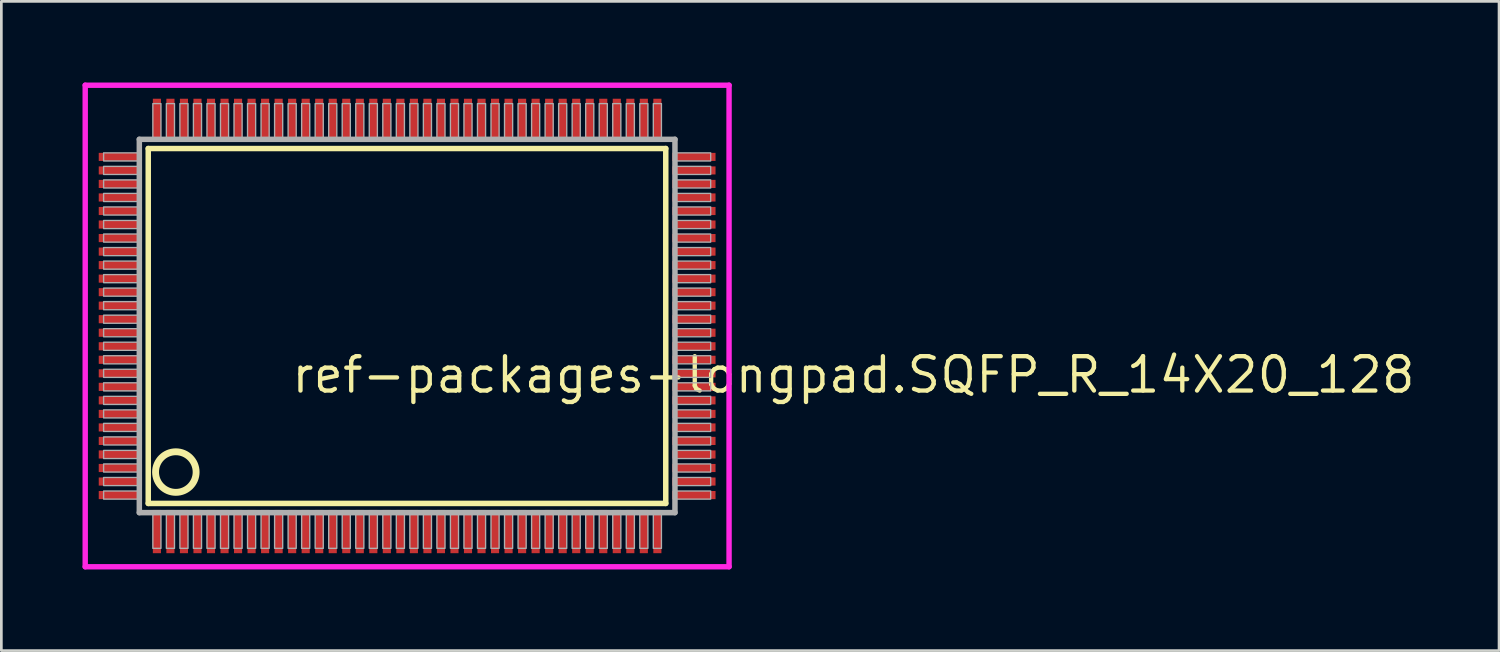
<source format=kicad_pcb>
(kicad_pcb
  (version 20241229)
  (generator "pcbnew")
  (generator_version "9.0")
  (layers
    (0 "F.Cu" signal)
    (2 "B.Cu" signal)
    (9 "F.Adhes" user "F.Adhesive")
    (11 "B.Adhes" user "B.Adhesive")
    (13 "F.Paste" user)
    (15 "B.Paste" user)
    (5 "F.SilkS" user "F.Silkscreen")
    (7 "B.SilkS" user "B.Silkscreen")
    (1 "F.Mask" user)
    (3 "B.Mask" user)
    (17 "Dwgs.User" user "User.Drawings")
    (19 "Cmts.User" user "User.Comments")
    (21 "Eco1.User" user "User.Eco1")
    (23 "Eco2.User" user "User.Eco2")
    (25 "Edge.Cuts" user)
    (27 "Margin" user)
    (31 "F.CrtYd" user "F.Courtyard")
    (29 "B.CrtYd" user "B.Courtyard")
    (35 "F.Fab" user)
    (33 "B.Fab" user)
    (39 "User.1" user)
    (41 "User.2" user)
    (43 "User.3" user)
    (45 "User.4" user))
  (footprint "ref-packages-longpad.SQFP_R_14X20_128"
    (layer "F.Cu")
    (at 12 9)
    (property "Reference" "ref-packages-longpad.SQFP_R_14X20_128" (at -4.35 2.55 0) (layer "F.SilkS") (effects (font (size 1.27 1.27) (thickness 0.16)) (justify left bottom)))
    (attr smd)
    (fp_line (start -9.57 -6.56) (end 9.56 -6.56) (stroke (width 0.203) (type default)) (layer "F.SilkS"))
    (fp_line (start -9.57 6.56) (end -9.57 -6.56) (stroke (width 0.203) (type default)) (layer "F.SilkS"))
    (fp_line (start 9.56 -6.56) (end 9.56 6.56) (stroke (width 0.203) (type default)) (layer "F.SilkS"))
    (fp_line (start 9.56 6.56) (end -9.57 6.56) (stroke (width 0.203) (type default)) (layer "F.SilkS"))
    (fp_circle (center -8.55 5.4) (end -7.8 5.4) (stroke (width 0.254) (type default)) (fill no) (layer "F.SilkS"))
    (fp_line (start -11.9 -8.9) (end 11.9 -8.9) (stroke (width 0.2) (type default)) (layer "F.CrtYd"))
    (fp_line (start -11.9 8.9) (end -11.9 -8.9) (stroke (width 0.2) (type default)) (layer "F.CrtYd"))
    (fp_line (start 11.9 -8.9) (end 11.9 8.9) (stroke (width 0.2) (type default)) (layer "F.CrtYd"))
    (fp_line (start 11.9 8.9) (end -11.9 8.9) (stroke (width 0.2) (type default)) (layer "F.CrtYd"))
    (fp_line (start -9.9 -6.9) (end -9.9 6.9) (stroke (width 0.203) (type default)) (layer "F.Fab"))
    (fp_line (start -9.9 6.9) (end 9.9 6.9) (stroke (width 0.203) (type default)) (layer "F.Fab"))
    (fp_line (start 9.9 -6.9) (end -9.9 -6.9) (stroke (width 0.203) (type default)) (layer "F.Fab"))
    (fp_line (start 9.9 6.9) (end 9.9 -6.9) (stroke (width 0.203) (type default)) (layer "F.Fab"))
    (fp_rect (start -11.22 -6.1) (end -9.95 -6.4) (stroke (width 0.05) (type default)) (fill no) (layer "F.Fab"))
    (fp_rect (start -11.22 -5.6) (end -9.95 -5.9) (stroke (width 0.05) (type default)) (fill no) (layer "F.Fab"))
    (fp_rect (start -11.22 -5.1) (end -9.95 -5.4) (stroke (width 0.05) (type default)) (fill no) (layer "F.Fab"))
    (fp_rect (start -11.22 -4.6) (end -9.95 -4.9) (stroke (width 0.05) (type default)) (fill no) (layer "F.Fab"))
    (fp_rect (start -11.22 -4.1) (end -9.95 -4.4) (stroke (width 0.05) (type default)) (fill no) (layer "F.Fab"))
    (fp_rect (start -11.22 -3.6) (end -9.95 -3.9) (stroke (width 0.05) (type default)) (fill no) (layer "F.Fab"))
    (fp_rect (start -11.22 -3.1) (end -9.95 -3.4) (stroke (width 0.05) (type default)) (fill no) (layer "F.Fab"))
    (fp_rect (start -11.22 -2.6) (end -9.95 -2.9) (stroke (width 0.05) (type default)) (fill no) (layer "F.Fab"))
    (fp_rect (start -11.22 -2.1) (end -9.95 -2.4) (stroke (width 0.05) (type default)) (fill no) (layer "F.Fab"))
    (fp_rect (start -11.22 -1.6) (end -9.95 -1.9) (stroke (width 0.05) (type default)) (fill no) (layer "F.Fab"))
    (fp_rect (start -11.22 -1.1) (end -9.95 -1.4) (stroke (width 0.05) (type default)) (fill no) (layer "F.Fab"))
    (fp_rect (start -11.22 -0.6) (end -9.95 -0.9) (stroke (width 0.05) (type default)) (fill no) (layer "F.Fab"))
    (fp_rect (start -11.22 -0.1) (end -9.95 -0.4) (stroke (width 0.05) (type default)) (fill no) (layer "F.Fab"))
    (fp_rect (start -11.22 0.4) (end -9.95 0.1) (stroke (width 0.05) (type default)) (fill no) (layer "F.Fab"))
    (fp_rect (start -11.22 0.9) (end -9.95 0.6) (stroke (width 0.05) (type default)) (fill no) (layer "F.Fab"))
    (fp_rect (start -11.22 1.4) (end -9.95 1.1) (stroke (width 0.05) (type default)) (fill no) (layer "F.Fab"))
    (fp_rect (start -11.22 1.9) (end -9.95 1.6) (stroke (width 0.05) (type default)) (fill no) (layer "F.Fab"))
    (fp_rect (start -11.22 2.4) (end -9.95 2.1) (stroke (width 0.05) (type default)) (fill no) (layer "F.Fab"))
    (fp_rect (start -11.22 2.9) (end -9.95 2.6) (stroke (width 0.05) (type default)) (fill no) (layer "F.Fab"))
    (fp_rect (start -11.22 3.4) (end -9.95 3.1) (stroke (width 0.05) (type default)) (fill no) (layer "F.Fab"))
    (fp_rect (start -11.22 3.9) (end -9.95 3.6) (stroke (width 0.05) (type default)) (fill no) (layer "F.Fab"))
    (fp_rect (start -11.22 4.4) (end -9.95 4.1) (stroke (width 0.05) (type default)) (fill no) (layer "F.Fab"))
    (fp_rect (start -11.22 4.9) (end -9.95 4.6) (stroke (width 0.05) (type default)) (fill no) (layer "F.Fab"))
    (fp_rect (start -11.22 5.4) (end -9.95 5.1) (stroke (width 0.05) (type default)) (fill no) (layer "F.Fab"))
    (fp_rect (start -11.22 5.9) (end -9.95 5.6) (stroke (width 0.05) (type default)) (fill no) (layer "F.Fab"))
    (fp_rect (start -11.22 6.4) (end -9.95 6.1) (stroke (width 0.05) (type default)) (fill no) (layer "F.Fab"))
    (fp_rect (start -9.4 -6.95) (end -9.1 -8.22) (stroke (width 0.05) (type default)) (fill no) (layer "F.Fab"))
    (fp_rect (start -9.4 8.22) (end -9.1 6.95) (stroke (width 0.05) (type default)) (fill no) (layer "F.Fab"))
    (fp_rect (start -8.9 -6.95) (end -8.6 -8.22) (stroke (width 0.05) (type default)) (fill no) (layer "F.Fab"))
    (fp_rect (start -8.9 8.22) (end -8.6 6.95) (stroke (width 0.05) (type default)) (fill no) (layer "F.Fab"))
    (fp_rect (start -8.4 -6.95) (end -8.1 -8.22) (stroke (width 0.05) (type default)) (fill no) (layer "F.Fab"))
    (fp_rect (start -8.4 8.22) (end -8.1 6.95) (stroke (width 0.05) (type default)) (fill no) (layer "F.Fab"))
    (fp_rect (start -7.9 -6.95) (end -7.6 -8.22) (stroke (width 0.05) (type default)) (fill no) (layer "F.Fab"))
    (fp_rect (start -7.9 8.22) (end -7.6 6.95) (stroke (width 0.05) (type default)) (fill no) (layer "F.Fab"))
    (fp_rect (start -7.4 -6.95) (end -7.1 -8.22) (stroke (width 0.05) (type default)) (fill no) (layer "F.Fab"))
    (fp_rect (start -7.4 8.22) (end -7.1 6.95) (stroke (width 0.05) (type default)) (fill no) (layer "F.Fab"))
    (fp_rect (start -6.9 -6.95) (end -6.6 -8.22) (stroke (width 0.05) (type default)) (fill no) (layer "F.Fab"))
    (fp_rect (start -6.9 8.22) (end -6.6 6.95) (stroke (width 0.05) (type default)) (fill no) (layer "F.Fab"))
    (fp_rect (start -6.4 -6.95) (end -6.1 -8.22) (stroke (width 0.05) (type default)) (fill no) (layer "F.Fab"))
    (fp_rect (start -6.4 8.22) (end -6.1 6.95) (stroke (width 0.05) (type default)) (fill no) (layer "F.Fab"))
    (fp_rect (start -5.9 -6.95) (end -5.6 -8.22) (stroke (width 0.05) (type default)) (fill no) (layer "F.Fab"))
    (fp_rect (start -5.9 8.22) (end -5.6 6.95) (stroke (width 0.05) (type default)) (fill no) (layer "F.Fab"))
    (fp_rect (start -5.4 -6.95) (end -5.1 -8.22) (stroke (width 0.05) (type default)) (fill no) (layer "F.Fab"))
    (fp_rect (start -5.4 8.22) (end -5.1 6.95) (stroke (width 0.05) (type default)) (fill no) (layer "F.Fab"))
    (fp_rect (start -4.9 -6.95) (end -4.6 -8.22) (stroke (width 0.05) (type default)) (fill no) (layer "F.Fab"))
    (fp_rect (start -4.9 8.22) (end -4.6 6.95) (stroke (width 0.05) (type default)) (fill no) (layer "F.Fab"))
    (fp_rect (start -4.4 -6.95) (end -4.1 -8.22) (stroke (width 0.05) (type default)) (fill no) (layer "F.Fab"))
    (fp_rect (start -4.4 8.22) (end -4.1 6.95) (stroke (width 0.05) (type default)) (fill no) (layer "F.Fab"))
    (fp_rect (start -3.9 -6.95) (end -3.6 -8.22) (stroke (width 0.05) (type default)) (fill no) (layer "F.Fab"))
    (fp_rect (start -3.9 8.22) (end -3.6 6.95) (stroke (width 0.05) (type default)) (fill no) (layer "F.Fab"))
    (fp_rect (start -3.4 -6.95) (end -3.1 -8.22) (stroke (width 0.05) (type default)) (fill no) (layer "F.Fab"))
    (fp_rect (start -3.4 8.22) (end -3.1 6.95) (stroke (width 0.05) (type default)) (fill no) (layer "F.Fab"))
    (fp_rect (start -2.9 -6.95) (end -2.6 -8.22) (stroke (width 0.05) (type default)) (fill no) (layer "F.Fab"))
    (fp_rect (start -2.9 8.22) (end -2.6 6.95) (stroke (width 0.05) (type default)) (fill no) (layer "F.Fab"))
    (fp_rect (start -2.4 -6.95) (end -2.1 -8.22) (stroke (width 0.05) (type default)) (fill no) (layer "F.Fab"))
    (fp_rect (start -2.4 8.22) (end -2.1 6.95) (stroke (width 0.05) (type default)) (fill no) (layer "F.Fab"))
    (fp_rect (start -1.9 -6.95) (end -1.6 -8.22) (stroke (width 0.05) (type default)) (fill no) (layer "F.Fab"))
    (fp_rect (start -1.9 8.22) (end -1.6 6.95) (stroke (width 0.05) (type default)) (fill no) (layer "F.Fab"))
    (fp_rect (start -1.4 -6.95) (end -1.1 -8.22) (stroke (width 0.05) (type default)) (fill no) (layer "F.Fab"))
    (fp_rect (start -1.4 8.22) (end -1.1 6.95) (stroke (width 0.05) (type default)) (fill no) (layer "F.Fab"))
    (fp_rect (start -0.9 -6.95) (end -0.6 -8.22) (stroke (width 0.05) (type default)) (fill no) (layer "F.Fab"))
    (fp_rect (start -0.9 8.22) (end -0.6 6.95) (stroke (width 0.05) (type default)) (fill no) (layer "F.Fab"))
    (fp_rect (start -0.4 -6.95) (end -0.1 -8.22) (stroke (width 0.05) (type default)) (fill no) (layer "F.Fab"))
    (fp_rect (start -0.4 8.22) (end -0.1 6.95) (stroke (width 0.05) (type default)) (fill no) (layer "F.Fab"))
    (fp_rect (start 0.1 -6.95) (end 0.4 -8.22) (stroke (width 0.05) (type default)) (fill no) (layer "F.Fab"))
    (fp_rect (start 0.1 8.22) (end 0.4 6.95) (stroke (width 0.05) (type default)) (fill no) (layer "F.Fab"))
    (fp_rect (start 0.6 -6.95) (end 0.9 -8.22) (stroke (width 0.05) (type default)) (fill no) (layer "F.Fab"))
    (fp_rect (start 0.6 8.22) (end 0.9 6.95) (stroke (width 0.05) (type default)) (fill no) (layer "F.Fab"))
    (fp_rect (start 1.1 -6.95) (end 1.4 -8.22) (stroke (width 0.05) (type default)) (fill no) (layer "F.Fab"))
    (fp_rect (start 1.1 8.22) (end 1.4 6.95) (stroke (width 0.05) (type default)) (fill no) (layer "F.Fab"))
    (fp_rect (start 1.6 -6.95) (end 1.9 -8.22) (stroke (width 0.05) (type default)) (fill no) (layer "F.Fab"))
    (fp_rect (start 1.6 8.22) (end 1.9 6.95) (stroke (width 0.05) (type default)) (fill no) (layer "F.Fab"))
    (fp_rect (start 2.1 -6.95) (end 2.4 -8.22) (stroke (width 0.05) (type default)) (fill no) (layer "F.Fab"))
    (fp_rect (start 2.1 8.22) (end 2.4 6.95) (stroke (width 0.05) (type default)) (fill no) (layer "F.Fab"))
    (fp_rect (start 2.6 -6.95) (end 2.9 -8.22) (stroke (width 0.05) (type default)) (fill no) (layer "F.Fab"))
    (fp_rect (start 2.6 8.22) (end 2.9 6.95) (stroke (width 0.05) (type default)) (fill no) (layer "F.Fab"))
    (fp_rect (start 3.1 -6.95) (end 3.4 -8.22) (stroke (width 0.05) (type default)) (fill no) (layer "F.Fab"))
    (fp_rect (start 3.1 8.22) (end 3.4 6.95) (stroke (width 0.05) (type default)) (fill no) (layer "F.Fab"))
    (fp_rect (start 3.6 -6.95) (end 3.9 -8.22) (stroke (width 0.05) (type default)) (fill no) (layer "F.Fab"))
    (fp_rect (start 3.6 8.22) (end 3.9 6.95) (stroke (width 0.05) (type default)) (fill no) (layer "F.Fab"))
    (fp_rect (start 4.1 -6.95) (end 4.4 -8.22) (stroke (width 0.05) (type default)) (fill no) (layer "F.Fab"))
    (fp_rect (start 4.1 8.22) (end 4.4 6.95) (stroke (width 0.05) (type default)) (fill no) (layer "F.Fab"))
    (fp_rect (start 4.6 -6.95) (end 4.9 -8.22) (stroke (width 0.05) (type default)) (fill no) (layer "F.Fab"))
    (fp_rect (start 4.6 8.22) (end 4.9 6.95) (stroke (width 0.05) (type default)) (fill no) (layer "F.Fab"))
    (fp_rect (start 5.1 -6.95) (end 5.4 -8.22) (stroke (width 0.05) (type default)) (fill no) (layer "F.Fab"))
    (fp_rect (start 5.1 8.22) (end 5.4 6.95) (stroke (width 0.05) (type default)) (fill no) (layer "F.Fab"))
    (fp_rect (start 5.6 -6.95) (end 5.9 -8.22) (stroke (width 0.05) (type default)) (fill no) (layer "F.Fab"))
    (fp_rect (start 5.6 8.22) (end 5.9 6.95) (stroke (width 0.05) (type default)) (fill no) (layer "F.Fab"))
    (fp_rect (start 6.1 -6.95) (end 6.4 -8.22) (stroke (width 0.05) (type default)) (fill no) (layer "F.Fab"))
    (fp_rect (start 6.1 8.22) (end 6.4 6.95) (stroke (width 0.05) (type default)) (fill no) (layer "F.Fab"))
    (fp_rect (start 6.6 -6.95) (end 6.9 -8.22) (stroke (width 0.05) (type default)) (fill no) (layer "F.Fab"))
    (fp_rect (start 6.6 8.22) (end 6.9 6.95) (stroke (width 0.05) (type default)) (fill no) (layer "F.Fab"))
    (fp_rect (start 7.1 -6.95) (end 7.4 -8.22) (stroke (width 0.05) (type default)) (fill no) (layer "F.Fab"))
    (fp_rect (start 7.1 8.22) (end 7.4 6.95) (stroke (width 0.05) (type default)) (fill no) (layer "F.Fab"))
    (fp_rect (start 7.6 -6.95) (end 7.9 -8.22) (stroke (width 0.05) (type default)) (fill no) (layer "F.Fab"))
    (fp_rect (start 7.6 8.22) (end 7.9 6.95) (stroke (width 0.05) (type default)) (fill no) (layer "F.Fab"))
    (fp_rect (start 8.1 -6.95) (end 8.4 -8.22) (stroke (width 0.05) (type default)) (fill no) (layer "F.Fab"))
    (fp_rect (start 8.1 8.22) (end 8.4 6.95) (stroke (width 0.05) (type default)) (fill no) (layer "F.Fab"))
    (fp_rect (start 8.6 -6.95) (end 8.9 -8.22) (stroke (width 0.05) (type default)) (fill no) (layer "F.Fab"))
    (fp_rect (start 8.6 8.22) (end 8.9 6.95) (stroke (width 0.05) (type default)) (fill no) (layer "F.Fab"))
    (fp_rect (start 9.1 -6.95) (end 9.4 -8.22) (stroke (width 0.05) (type default)) (fill no) (layer "F.Fab"))
    (fp_rect (start 9.1 8.22) (end 9.4 6.95) (stroke (width 0.05) (type default)) (fill no) (layer "F.Fab"))
    (fp_rect (start 9.95 -6.1) (end 11.22 -6.4) (stroke (width 0.05) (type default)) (fill no) (layer "F.Fab"))
    (fp_rect (start 9.95 -5.6) (end 11.22 -5.9) (stroke (width 0.05) (type default)) (fill no) (layer "F.Fab"))
    (fp_rect (start 9.95 -5.1) (end 11.22 -5.4) (stroke (width 0.05) (type default)) (fill no) (layer "F.Fab"))
    (fp_rect (start 9.95 -4.6) (end 11.22 -4.9) (stroke (width 0.05) (type default)) (fill no) (layer "F.Fab"))
    (fp_rect (start 9.95 -4.1) (end 11.22 -4.4) (stroke (width 0.05) (type default)) (fill no) (layer "F.Fab"))
    (fp_rect (start 9.95 -3.6) (end 11.22 -3.9) (stroke (width 0.05) (type default)) (fill no) (layer "F.Fab"))
    (fp_rect (start 9.95 -3.1) (end 11.22 -3.4) (stroke (width 0.05) (type default)) (fill no) (layer "F.Fab"))
    (fp_rect (start 9.95 -2.6) (end 11.22 -2.9) (stroke (width 0.05) (type default)) (fill no) (layer "F.Fab"))
    (fp_rect (start 9.95 -2.1) (end 11.22 -2.4) (stroke (width 0.05) (type default)) (fill no) (layer "F.Fab"))
    (fp_rect (start 9.95 -1.6) (end 11.22 -1.9) (stroke (width 0.05) (type default)) (fill no) (layer "F.Fab"))
    (fp_rect (start 9.95 -1.1) (end 11.22 -1.4) (stroke (width 0.05) (type default)) (fill no) (layer "F.Fab"))
    (fp_rect (start 9.95 -0.6) (end 11.22 -0.9) (stroke (width 0.05) (type default)) (fill no) (layer "F.Fab"))
    (fp_rect (start 9.95 -0.1) (end 11.22 -0.4) (stroke (width 0.05) (type default)) (fill no) (layer "F.Fab"))
    (fp_rect (start 9.95 0.4) (end 11.22 0.1) (stroke (width 0.05) (type default)) (fill no) (layer "F.Fab"))
    (fp_rect (start 9.95 0.9) (end 11.22 0.6) (stroke (width 0.05) (type default)) (fill no) (layer "F.Fab"))
    (fp_rect (start 9.95 1.4) (end 11.22 1.1) (stroke (width 0.05) (type default)) (fill no) (layer "F.Fab"))
    (fp_rect (start 9.95 1.9) (end 11.22 1.6) (stroke (width 0.05) (type default)) (fill no) (layer "F.Fab"))
    (fp_rect (start 9.95 2.4) (end 11.22 2.1) (stroke (width 0.05) (type default)) (fill no) (layer "F.Fab"))
    (fp_rect (start 9.95 2.9) (end 11.22 2.6) (stroke (width 0.05) (type default)) (fill no) (layer "F.Fab"))
    (fp_rect (start 9.95 3.4) (end 11.22 3.1) (stroke (width 0.05) (type default)) (fill no) (layer "F.Fab"))
    (fp_rect (start 9.95 3.9) (end 11.22 3.6) (stroke (width 0.05) (type default)) (fill no) (layer "F.Fab"))
    (fp_rect (start 9.95 4.4) (end 11.22 4.1) (stroke (width 0.05) (type default)) (fill no) (layer "F.Fab"))
    (fp_rect (start 9.95 4.9) (end 11.22 4.6) (stroke (width 0.05) (type default)) (fill no) (layer "F.Fab"))
    (fp_rect (start 9.95 5.4) (end 11.22 5.1) (stroke (width 0.05) (type default)) (fill no) (layer "F.Fab"))
    (fp_rect (start 9.95 5.9) (end 11.22 5.6) (stroke (width 0.05) (type default)) (fill no) (layer "F.Fab"))
    (fp_rect (start 9.95 6.4) (end 11.22 6.1) (stroke (width 0.05) (type default)) (fill no) (layer "F.Fab"))
    (pad "1" smd roundrect (at -9.25 7.6) (size 0.3 1.6) (layers "F.Cu" "F.Mask" "F.Paste") (roundrect_rratio 0.01))
    (pad "2" smd roundrect (at -8.75 7.6) (size 0.3 1.6) (layers "F.Cu" "F.Mask" "F.Paste") (roundrect_rratio 0.01))
    (pad "3" smd roundrect (at -8.25 7.6) (size 0.3 1.6) (layers "F.Cu" "F.Mask" "F.Paste") (roundrect_rratio 0.01))
    (pad "4" smd roundrect (at -7.75 7.6) (size 0.3 1.6) (layers "F.Cu" "F.Mask" "F.Paste") (roundrect_rratio 0.01))
    (pad "5" smd roundrect (at -7.25 7.6) (size 0.3 1.6) (layers "F.Cu" "F.Mask" "F.Paste") (roundrect_rratio 0.01))
    (pad "6" smd roundrect (at -6.75 7.6) (size 0.3 1.6) (layers "F.Cu" "F.Mask" "F.Paste") (roundrect_rratio 0.01))
    (pad "7" smd roundrect (at -6.25 7.6) (size 0.3 1.6) (layers "F.Cu" "F.Mask" "F.Paste") (roundrect_rratio 0.01))
    (pad "8" smd roundrect (at -5.75 7.6) (size 0.3 1.6) (layers "F.Cu" "F.Mask" "F.Paste") (roundrect_rratio 0.01))
    (pad "9" smd roundrect (at -5.25 7.6) (size 0.3 1.6) (layers "F.Cu" "F.Mask" "F.Paste") (roundrect_rratio 0.01))
    (pad "10" smd roundrect (at -4.75 7.6) (size 0.3 1.6) (layers "F.Cu" "F.Mask" "F.Paste") (roundrect_rratio 0.01))
    (pad "11" smd roundrect (at -4.25 7.6) (size 0.3 1.6) (layers "F.Cu" "F.Mask" "F.Paste") (roundrect_rratio 0.01))
    (pad "12" smd roundrect (at -3.75 7.6) (size 0.3 1.6) (layers "F.Cu" "F.Mask" "F.Paste") (roundrect_rratio 0.01))
    (pad "13" smd roundrect (at -3.25 7.6) (size 0.3 1.6) (layers "F.Cu" "F.Mask" "F.Paste") (roundrect_rratio 0.01))
    (pad "14" smd roundrect (at -2.75 7.6) (size 0.3 1.6) (layers "F.Cu" "F.Mask" "F.Paste") (roundrect_rratio 0.01))
    (pad "15" smd roundrect (at -2.25 7.6) (size 0.3 1.6) (layers "F.Cu" "F.Mask" "F.Paste") (roundrect_rratio 0.01))
    (pad "16" smd roundrect (at -1.75 7.6) (size 0.3 1.6) (layers "F.Cu" "F.Mask" "F.Paste") (roundrect_rratio 0.01))
    (pad "17" smd roundrect (at -1.25 7.6) (size 0.3 1.6) (layers "F.Cu" "F.Mask" "F.Paste") (roundrect_rratio 0.01))
    (pad "18" smd roundrect (at -0.75 7.6) (size 0.3 1.6) (layers "F.Cu" "F.Mask" "F.Paste") (roundrect_rratio 0.01))
    (pad "19" smd roundrect (at -0.25 7.6) (size 0.3 1.6) (layers "F.Cu" "F.Mask" "F.Paste") (roundrect_rratio 0.01))
    (pad "20" smd roundrect (at 0.25 7.6) (size 0.3 1.6) (layers "F.Cu" "F.Mask" "F.Paste") (roundrect_rratio 0.01))
    (pad "21" smd roundrect (at 0.75 7.6) (size 0.3 1.6) (layers "F.Cu" "F.Mask" "F.Paste") (roundrect_rratio 0.01))
    (pad "22" smd roundrect (at 1.25 7.6) (size 0.3 1.6) (layers "F.Cu" "F.Mask" "F.Paste") (roundrect_rratio 0.01))
    (pad "23" smd roundrect (at 1.75 7.6) (size 0.3 1.6) (layers "F.Cu" "F.Mask" "F.Paste") (roundrect_rratio 0.01))
    (pad "24" smd roundrect (at 2.25 7.6) (size 0.3 1.6) (layers "F.Cu" "F.Mask" "F.Paste") (roundrect_rratio 0.01))
    (pad "25" smd roundrect (at 2.75 7.6) (size 0.3 1.6) (layers "F.Cu" "F.Mask" "F.Paste") (roundrect_rratio 0.01))
    (pad "26" smd roundrect (at 3.25 7.6) (size 0.3 1.6) (layers "F.Cu" "F.Mask" "F.Paste") (roundrect_rratio 0.01))
    (pad "27" smd roundrect (at 3.75 7.6) (size 0.3 1.6) (layers "F.Cu" "F.Mask" "F.Paste") (roundrect_rratio 0.01))
    (pad "28" smd roundrect (at 4.25 7.6) (size 0.3 1.6) (layers "F.Cu" "F.Mask" "F.Paste") (roundrect_rratio 0.01))
    (pad "29" smd roundrect (at 4.75 7.6) (size 0.3 1.6) (layers "F.Cu" "F.Mask" "F.Paste") (roundrect_rratio 0.01))
    (pad "30" smd roundrect (at 5.25 7.6) (size 0.3 1.6) (layers "F.Cu" "F.Mask" "F.Paste") (roundrect_rratio 0.01))
    (pad "31" smd roundrect (at 5.75 7.6) (size 0.3 1.6) (layers "F.Cu" "F.Mask" "F.Paste") (roundrect_rratio 0.01))
    (pad "32" smd roundrect (at 6.25 7.6) (size 0.3 1.6) (layers "F.Cu" "F.Mask" "F.Paste") (roundrect_rratio 0.01))
    (pad "33" smd roundrect (at 6.75 7.6) (size 0.3 1.6) (layers "F.Cu" "F.Mask" "F.Paste") (roundrect_rratio 0.01))
    (pad "34" smd roundrect (at 7.25 7.6) (size 0.3 1.6) (layers "F.Cu" "F.Mask" "F.Paste") (roundrect_rratio 0.01))
    (pad "35" smd roundrect (at 7.75 7.6) (size 0.3 1.6) (layers "F.Cu" "F.Mask" "F.Paste") (roundrect_rratio 0.01))
    (pad "36" smd roundrect (at 8.25 7.6) (size 0.3 1.6) (layers "F.Cu" "F.Mask" "F.Paste") (roundrect_rratio 0.01))
    (pad "37" smd roundrect (at 8.75 7.6) (size 0.3 1.6) (layers "F.Cu" "F.Mask" "F.Paste") (roundrect_rratio 0.01))
    (pad "38" smd roundrect (at 9.25 7.6) (size 0.3 1.6) (layers "F.Cu" "F.Mask" "F.Paste") (roundrect_rratio 0.01))
    (pad "39" smd roundrect (at 10.6 6.25) (size 1.6 0.3) (layers "F.Cu" "F.Mask" "F.Paste") (roundrect_rratio 0.01))
    (pad "40" smd roundrect (at 10.6 5.75) (size 1.6 0.3) (layers "F.Cu" "F.Mask" "F.Paste") (roundrect_rratio 0.01))
    (pad "41" smd roundrect (at 10.6 5.25) (size 1.6 0.3) (layers "F.Cu" "F.Mask" "F.Paste") (roundrect_rratio 0.01))
    (pad "42" smd roundrect (at 10.6 4.75) (size 1.6 0.3) (layers "F.Cu" "F.Mask" "F.Paste") (roundrect_rratio 0.01))
    (pad "43" smd roundrect (at 10.6 4.25) (size 1.6 0.3) (layers "F.Cu" "F.Mask" "F.Paste") (roundrect_rratio 0.01))
    (pad "44" smd roundrect (at 10.6 3.75) (size 1.6 0.3) (layers "F.Cu" "F.Mask" "F.Paste") (roundrect_rratio 0.01))
    (pad "45" smd roundrect (at 10.6 3.25) (size 1.6 0.3) (layers "F.Cu" "F.Mask" "F.Paste") (roundrect_rratio 0.01))
    (pad "46" smd roundrect (at 10.6 2.75) (size 1.6 0.3) (layers "F.Cu" "F.Mask" "F.Paste") (roundrect_rratio 0.01))
    (pad "47" smd roundrect (at 10.6 2.25) (size 1.6 0.3) (layers "F.Cu" "F.Mask" "F.Paste") (roundrect_rratio 0.01))
    (pad "48" smd roundrect (at 10.6 1.75) (size 1.6 0.3) (layers "F.Cu" "F.Mask" "F.Paste") (roundrect_rratio 0.01))
    (pad "49" smd roundrect (at 10.6 1.25) (size 1.6 0.3) (layers "F.Cu" "F.Mask" "F.Paste") (roundrect_rratio 0.01))
    (pad "50" smd roundrect (at 10.6 0.75) (size 1.6 0.3) (layers "F.Cu" "F.Mask" "F.Paste") (roundrect_rratio 0.01))
    (pad "51" smd roundrect (at 10.6 0.25) (size 1.6 0.3) (layers "F.Cu" "F.Mask" "F.Paste") (roundrect_rratio 0.01))
    (pad "52" smd roundrect (at 10.6 -0.25) (size 1.6 0.3) (layers "F.Cu" "F.Mask" "F.Paste") (roundrect_rratio 0.01))
    (pad "53" smd roundrect (at 10.6 -0.75) (size 1.6 0.3) (layers "F.Cu" "F.Mask" "F.Paste") (roundrect_rratio 0.01))
    (pad "54" smd roundrect (at 10.6 -1.25) (size 1.6 0.3) (layers "F.Cu" "F.Mask" "F.Paste") (roundrect_rratio 0.01))
    (pad "55" smd roundrect (at 10.6 -1.75) (size 1.6 0.3) (layers "F.Cu" "F.Mask" "F.Paste") (roundrect_rratio 0.01))
    (pad "56" smd roundrect (at 10.6 -2.25) (size 1.6 0.3) (layers "F.Cu" "F.Mask" "F.Paste") (roundrect_rratio 0.01))
    (pad "57" smd roundrect (at 10.6 -2.75) (size 1.6 0.3) (layers "F.Cu" "F.Mask" "F.Paste") (roundrect_rratio 0.01))
    (pad "58" smd roundrect (at 10.6 -3.25) (size 1.6 0.3) (layers "F.Cu" "F.Mask" "F.Paste") (roundrect_rratio 0.01))
    (pad "59" smd roundrect (at 10.6 -3.75) (size 1.6 0.3) (layers "F.Cu" "F.Mask" "F.Paste") (roundrect_rratio 0.01))
    (pad "60" smd roundrect (at 10.6 -4.25) (size 1.6 0.3) (layers "F.Cu" "F.Mask" "F.Paste") (roundrect_rratio 0.01))
    (pad "61" smd roundrect (at 10.6 -4.75) (size 1.6 0.3) (layers "F.Cu" "F.Mask" "F.Paste") (roundrect_rratio 0.01))
    (pad "62" smd roundrect (at 10.6 -5.25) (size 1.6 0.3) (layers "F.Cu" "F.Mask" "F.Paste") (roundrect_rratio 0.01))
    (pad "63" smd roundrect (at 10.6 -5.75) (size 1.6 0.3) (layers "F.Cu" "F.Mask" "F.Paste") (roundrect_rratio 0.01))
    (pad "64" smd roundrect (at 10.6 -6.25) (size 1.6 0.3) (layers "F.Cu" "F.Mask" "F.Paste") (roundrect_rratio 0.01))
    (pad "65" smd roundrect (at 9.25 -7.6) (size 0.3 1.6) (layers "F.Cu" "F.Mask" "F.Paste") (roundrect_rratio 0.01))
    (pad "66" smd roundrect (at 8.75 -7.6) (size 0.3 1.6) (layers "F.Cu" "F.Mask" "F.Paste") (roundrect_rratio 0.01))
    (pad "67" smd roundrect (at 8.25 -7.6) (size 0.3 1.6) (layers "F.Cu" "F.Mask" "F.Paste") (roundrect_rratio 0.01))
    (pad "68" smd roundrect (at 7.75 -7.6) (size 0.3 1.6) (layers "F.Cu" "F.Mask" "F.Paste") (roundrect_rratio 0.01))
    (pad "69" smd roundrect (at 7.25 -7.6) (size 0.3 1.6) (layers "F.Cu" "F.Mask" "F.Paste") (roundrect_rratio 0.01))
    (pad "70" smd roundrect (at 6.75 -7.6) (size 0.3 1.6) (layers "F.Cu" "F.Mask" "F.Paste") (roundrect_rratio 0.01))
    (pad "71" smd roundrect (at 6.25 -7.6) (size 0.3 1.6) (layers "F.Cu" "F.Mask" "F.Paste") (roundrect_rratio 0.01))
    (pad "72" smd roundrect (at 5.75 -7.6) (size 0.3 1.6) (layers "F.Cu" "F.Mask" "F.Paste") (roundrect_rratio 0.01))
    (pad "73" smd roundrect (at 5.25 -7.6) (size 0.3 1.6) (layers "F.Cu" "F.Mask" "F.Paste") (roundrect_rratio 0.01))
    (pad "74" smd roundrect (at 4.75 -7.6) (size 0.3 1.6) (layers "F.Cu" "F.Mask" "F.Paste") (roundrect_rratio 0.01))
    (pad "75" smd roundrect (at 4.25 -7.6) (size 0.3 1.6) (layers "F.Cu" "F.Mask" "F.Paste") (roundrect_rratio 0.01))
    (pad "76" smd roundrect (at 3.75 -7.6) (size 0.3 1.6) (layers "F.Cu" "F.Mask" "F.Paste") (roundrect_rratio 0.01))
    (pad "77" smd roundrect (at 3.25 -7.6) (size 0.3 1.6) (layers "F.Cu" "F.Mask" "F.Paste") (roundrect_rratio 0.01))
    (pad "78" smd roundrect (at 2.75 -7.6) (size 0.3 1.6) (layers "F.Cu" "F.Mask" "F.Paste") (roundrect_rratio 0.01))
    (pad "79" smd roundrect (at 2.25 -7.6) (size 0.3 1.6) (layers "F.Cu" "F.Mask" "F.Paste") (roundrect_rratio 0.01))
    (pad "80" smd roundrect (at 1.75 -7.6) (size 0.3 1.6) (layers "F.Cu" "F.Mask" "F.Paste") (roundrect_rratio 0.01))
    (pad "81" smd roundrect (at 1.25 -7.6) (size 0.3 1.6) (layers "F.Cu" "F.Mask" "F.Paste") (roundrect_rratio 0.01))
    (pad "82" smd roundrect (at 0.75 -7.6) (size 0.3 1.6) (layers "F.Cu" "F.Mask" "F.Paste") (roundrect_rratio 0.01))
    (pad "83" smd roundrect (at 0.25 -7.6) (size 0.3 1.6) (layers "F.Cu" "F.Mask" "F.Paste") (roundrect_rratio 0.01))
    (pad "84" smd roundrect (at -0.25 -7.6) (size 0.3 1.6) (layers "F.Cu" "F.Mask" "F.Paste") (roundrect_rratio 0.01))
    (pad "85" smd roundrect (at -0.75 -7.6) (size 0.3 1.6) (layers "F.Cu" "F.Mask" "F.Paste") (roundrect_rratio 0.01))
    (pad "86" smd roundrect (at -1.25 -7.6) (size 0.3 1.6) (layers "F.Cu" "F.Mask" "F.Paste") (roundrect_rratio 0.01))
    (pad "87" smd roundrect (at -1.75 -7.6) (size 0.3 1.6) (layers "F.Cu" "F.Mask" "F.Paste") (roundrect_rratio 0.01))
    (pad "88" smd roundrect (at -2.25 -7.6) (size 0.3 1.6) (layers "F.Cu" "F.Mask" "F.Paste") (roundrect_rratio 0.01))
    (pad "89" smd roundrect (at -2.75 -7.6) (size 0.3 1.6) (layers "F.Cu" "F.Mask" "F.Paste") (roundrect_rratio 0.01))
    (pad "90" smd roundrect (at -3.25 -7.6) (size 0.3 1.6) (layers "F.Cu" "F.Mask" "F.Paste") (roundrect_rratio 0.01))
    (pad "91" smd roundrect (at -3.75 -7.6) (size 0.3 1.6) (layers "F.Cu" "F.Mask" "F.Paste") (roundrect_rratio 0.01))
    (pad "92" smd roundrect (at -4.25 -7.6) (size 0.3 1.6) (layers "F.Cu" "F.Mask" "F.Paste") (roundrect_rratio 0.01))
    (pad "93" smd roundrect (at -4.75 -7.6) (size 0.3 1.6) (layers "F.Cu" "F.Mask" "F.Paste") (roundrect_rratio 0.01))
    (pad "94" smd roundrect (at -5.25 -7.6) (size 0.3 1.6) (layers "F.Cu" "F.Mask" "F.Paste") (roundrect_rratio 0.01))
    (pad "95" smd roundrect (at -5.75 -7.6) (size 0.3 1.6) (layers "F.Cu" "F.Mask" "F.Paste") (roundrect_rratio 0.01))
    (pad "96" smd roundrect (at -6.25 -7.6) (size 0.3 1.6) (layers "F.Cu" "F.Mask" "F.Paste") (roundrect_rratio 0.01))
    (pad "97" smd roundrect (at -6.75 -7.6) (size 0.3 1.6) (layers "F.Cu" "F.Mask" "F.Paste") (roundrect_rratio 0.01))
    (pad "98" smd roundrect (at -7.25 -7.6) (size 0.3 1.6) (layers "F.Cu" "F.Mask" "F.Paste") (roundrect_rratio 0.01))
    (pad "99" smd roundrect (at -7.75 -7.6) (size 0.3 1.6) (layers "F.Cu" "F.Mask" "F.Paste") (roundrect_rratio 0.01))
    (pad "100" smd roundrect (at -8.25 -7.6) (size 0.3 1.6) (layers "F.Cu" "F.Mask" "F.Paste") (roundrect_rratio 0.01))
    (pad "101" smd roundrect (at -8.75 -7.6) (size 0.3 1.6) (layers "F.Cu" "F.Mask" "F.Paste") (roundrect_rratio 0.01))
    (pad "102" smd roundrect (at -9.25 -7.6) (size 0.3 1.6) (layers "F.Cu" "F.Mask" "F.Paste") (roundrect_rratio 0.01))
    (pad "103" smd roundrect (at -10.6 -6.25) (size 1.6 0.3) (layers "F.Cu" "F.Mask" "F.Paste") (roundrect_rratio 0.01))
    (pad "104" smd roundrect (at -10.6 -5.75) (size 1.6 0.3) (layers "F.Cu" "F.Mask" "F.Paste") (roundrect_rratio 0.01))
    (pad "105" smd roundrect (at -10.6 -5.25) (size 1.6 0.3) (layers "F.Cu" "F.Mask" "F.Paste") (roundrect_rratio 0.01))
    (pad "106" smd roundrect (at -10.6 -4.75) (size 1.6 0.3) (layers "F.Cu" "F.Mask" "F.Paste") (roundrect_rratio 0.01))
    (pad "107" smd roundrect (at -10.6 -4.25) (size 1.6 0.3) (layers "F.Cu" "F.Mask" "F.Paste") (roundrect_rratio 0.01))
    (pad "108" smd roundrect (at -10.6 -3.75) (size 1.6 0.3) (layers "F.Cu" "F.Mask" "F.Paste") (roundrect_rratio 0.01))
    (pad "109" smd roundrect (at -10.6 -3.25) (size 1.6 0.3) (layers "F.Cu" "F.Mask" "F.Paste") (roundrect_rratio 0.01))
    (pad "110" smd roundrect (at -10.6 -2.75) (size 1.6 0.3) (layers "F.Cu" "F.Mask" "F.Paste") (roundrect_rratio 0.01))
    (pad "111" smd roundrect (at -10.6 -2.25) (size 1.6 0.3) (layers "F.Cu" "F.Mask" "F.Paste") (roundrect_rratio 0.01))
    (pad "112" smd roundrect (at -10.6 -1.75) (size 1.6 0.3) (layers "F.Cu" "F.Mask" "F.Paste") (roundrect_rratio 0.01))
    (pad "113" smd roundrect (at -10.6 -1.25) (size 1.6 0.3) (layers "F.Cu" "F.Mask" "F.Paste") (roundrect_rratio 0.01))
    (pad "114" smd roundrect (at -10.6 -0.75) (size 1.6 0.3) (layers "F.Cu" "F.Mask" "F.Paste") (roundrect_rratio 0.01))
    (pad "115" smd roundrect (at -10.6 -0.25) (size 1.6 0.3) (layers "F.Cu" "F.Mask" "F.Paste") (roundrect_rratio 0.01))
    (pad "116" smd roundrect (at -10.6 0.25) (size 1.6 0.3) (layers "F.Cu" "F.Mask" "F.Paste") (roundrect_rratio 0.01))
    (pad "117" smd roundrect (at -10.6 0.75) (size 1.6 0.3) (layers "F.Cu" "F.Mask" "F.Paste") (roundrect_rratio 0.01))
    (pad "118" smd roundrect (at -10.6 1.25) (size 1.6 0.3) (layers "F.Cu" "F.Mask" "F.Paste") (roundrect_rratio 0.01))
    (pad "119" smd roundrect (at -10.6 1.75) (size 1.6 0.3) (layers "F.Cu" "F.Mask" "F.Paste") (roundrect_rratio 0.01))
    (pad "120" smd roundrect (at -10.6 2.25) (size 1.6 0.3) (layers "F.Cu" "F.Mask" "F.Paste") (roundrect_rratio 0.01))
    (pad "121" smd roundrect (at -10.6 2.75) (size 1.6 0.3) (layers "F.Cu" "F.Mask" "F.Paste") (roundrect_rratio 0.01))
    (pad "122" smd roundrect (at -10.6 3.25) (size 1.6 0.3) (layers "F.Cu" "F.Mask" "F.Paste") (roundrect_rratio 0.01))
    (pad "123" smd roundrect (at -10.6 3.75) (size 1.6 0.3) (layers "F.Cu" "F.Mask" "F.Paste") (roundrect_rratio 0.01))
    (pad "124" smd roundrect (at -10.6 4.25) (size 1.6 0.3) (layers "F.Cu" "F.Mask" "F.Paste") (roundrect_rratio 0.01))
    (pad "125" smd roundrect (at -10.6 4.75) (size 1.6 0.3) (layers "F.Cu" "F.Mask" "F.Paste") (roundrect_rratio 0.01))
    (pad "126" smd roundrect (at -10.6 5.25) (size 1.6 0.3) (layers "F.Cu" "F.Mask" "F.Paste") (roundrect_rratio 0.01))
    (pad "127" smd roundrect (at -10.6 5.75) (size 1.6 0.3) (layers "F.Cu" "F.Mask" "F.Paste") (roundrect_rratio 0.01))
    (pad "128" smd roundrect (at -10.6 6.25) (size 1.6 0.3) (layers "F.Cu" "F.Mask" "F.Paste") (roundrect_rratio 0.01)))
  (gr_rect
    (start -3 -3)
    (end 52.363 21)
    (stroke (width 0.1) (type default))
    (fill no)
    (layer "Edge.Cuts")))
</source>
